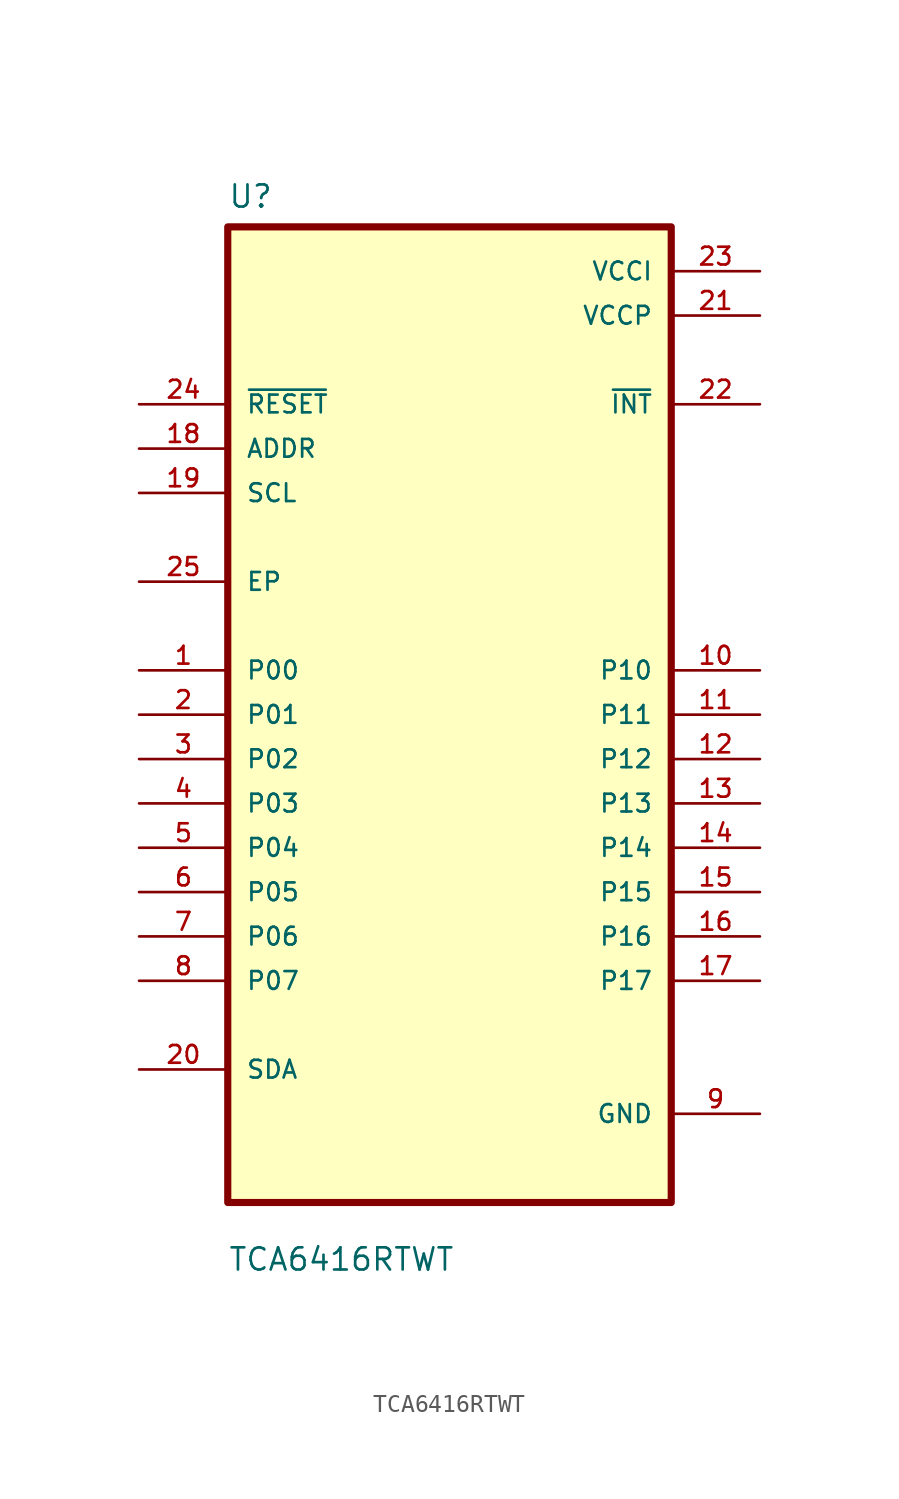
<source format=kicad_sym>
(kicad_symbol_lib
  (version 20211014)
  (generator kicad_symbol_editor)
  (symbol "TCA6416RTWT"
    (pin_names
      (offset 1.016))
    (property "Reference" "U"
      (at -12.7 28.94 0.0)
      (effects (font (size 1.27 1.27)) (justify bottom left)))
    (property "Value" "TCA6416RTWT"
      (at -12.7 -31.94 0.0)
      (effects (font (size 1.27 1.27)) (justify bottom left)))
    (symbol "TCA6416RTWT_0_0"
      (rectangle (start -12.7 -27.94) (end 12.7 27.94) (stroke (width 0.41)) (fill (type background)))
      (pin input line (at -17.78 17.78 0) (length 5.08) (name "~{RESET}" (effects (font (size 1.016 1.016)))) (number "24" (effects (font (size 1.016 1.016)))))
      (pin input line (at -17.78 15.24 0) (length 5.08) (name "ADDR" (effects (font (size 1.016 1.016)))) (number "18" (effects (font (size 1.016 1.016)))))
      (pin input line (at -17.78 12.7 0) (length 5.08) (name "SCL" (effects (font (size 1.016 1.016)))) (number "19" (effects (font (size 1.016 1.016)))))
      (pin bidirectional line (at -17.78 7.62 0) (length 5.08) (name "EP" (effects (font (size 1.016 1.016)))) (number "25" (effects (font (size 1.016 1.016)))))
      (pin bidirectional line (at -17.78 2.54 0) (length 5.08) (name "P00" (effects (font (size 1.016 1.016)))) (number "1" (effects (font (size 1.016 1.016)))))
      (pin bidirectional line (at -17.78 3.55271e-15 0) (length 5.08) (name "P01" (effects (font (size 1.016 1.016)))) (number "2" (effects (font (size 1.016 1.016)))))
      (pin bidirectional line (at -17.78 -2.54 0) (length 5.08) (name "P02" (effects (font (size 1.016 1.016)))) (number "3" (effects (font (size 1.016 1.016)))))
      (pin bidirectional line (at -17.78 -5.08 0) (length 5.08) (name "P03" (effects (font (size 1.016 1.016)))) (number "4" (effects (font (size 1.016 1.016)))))
      (pin bidirectional line (at -17.78 -7.62 0) (length 5.08) (name "P04" (effects (font (size 1.016 1.016)))) (number "5" (effects (font (size 1.016 1.016)))))
      (pin bidirectional line (at -17.78 -10.16 0) (length 5.08) (name "P05" (effects (font (size 1.016 1.016)))) (number "6" (effects (font (size 1.016 1.016)))))
      (pin bidirectional line (at -17.78 -12.7 0) (length 5.08) (name "P06" (effects (font (size 1.016 1.016)))) (number "7" (effects (font (size 1.016 1.016)))))
      (pin bidirectional line (at -17.78 -15.24 0) (length 5.08) (name "P07" (effects (font (size 1.016 1.016)))) (number "8" (effects (font (size 1.016 1.016)))))
      (pin bidirectional line (at -17.78 -20.32 0) (length 5.08) (name "SDA" (effects (font (size 1.016 1.016)))) (number "20" (effects (font (size 1.016 1.016)))))
      (pin power_in line (at 17.78 25.4 180.0) (length 5.08) (name "VCCI" (effects (font (size 1.016 1.016)))) (number "23" (effects (font (size 1.016 1.016)))))
      (pin power_in line (at 17.78 22.86 180.0) (length 5.08) (name "VCCP" (effects (font (size 1.016 1.016)))) (number "21" (effects (font (size 1.016 1.016)))))
      (pin output line (at 17.78 17.78 180.0) (length 5.08) (name "~{INT}" (effects (font (size 1.016 1.016)))) (number "22" (effects (font (size 1.016 1.016)))))
      (pin bidirectional line (at 17.78 2.54 180.0) (length 5.08) (name "P10" (effects (font (size 1.016 1.016)))) (number "10" (effects (font (size 1.016 1.016)))))
      (pin bidirectional line (at 17.78 1.77636e-15 180.0) (length 5.08) (name "P11" (effects (font (size 1.016 1.016)))) (number "11" (effects (font (size 1.016 1.016)))))
      (pin bidirectional line (at 17.78 -2.54 180.0) (length 5.08) (name "P12" (effects (font (size 1.016 1.016)))) (number "12" (effects (font (size 1.016 1.016)))))
      (pin bidirectional line (at 17.78 -5.08 180.0) (length 5.08) (name "P13" (effects (font (size 1.016 1.016)))) (number "13" (effects (font (size 1.016 1.016)))))
      (pin bidirectional line (at 17.78 -7.62 180.0) (length 5.08) (name "P14" (effects (font (size 1.016 1.016)))) (number "14" (effects (font (size 1.016 1.016)))))
      (pin bidirectional line (at 17.78 -10.16 180.0) (length 5.08) (name "P15" (effects (font (size 1.016 1.016)))) (number "15" (effects (font (size 1.016 1.016)))))
      (pin bidirectional line (at 17.78 -12.7 180.0) (length 5.08) (name "P16" (effects (font (size 1.016 1.016)))) (number "16" (effects (font (size 1.016 1.016)))))
      (pin bidirectional line (at 17.78 -15.24 180.0) (length 5.08) (name "P17" (effects (font (size 1.016 1.016)))) (number "17" (effects (font (size 1.016 1.016)))))
      (pin power_in line (at 17.78 -22.86 180.0) (length 5.08) (name "GND" (effects (font (size 1.016 1.016)))) (number "9" (effects (font (size 1.016 1.016))))))))
</source>
